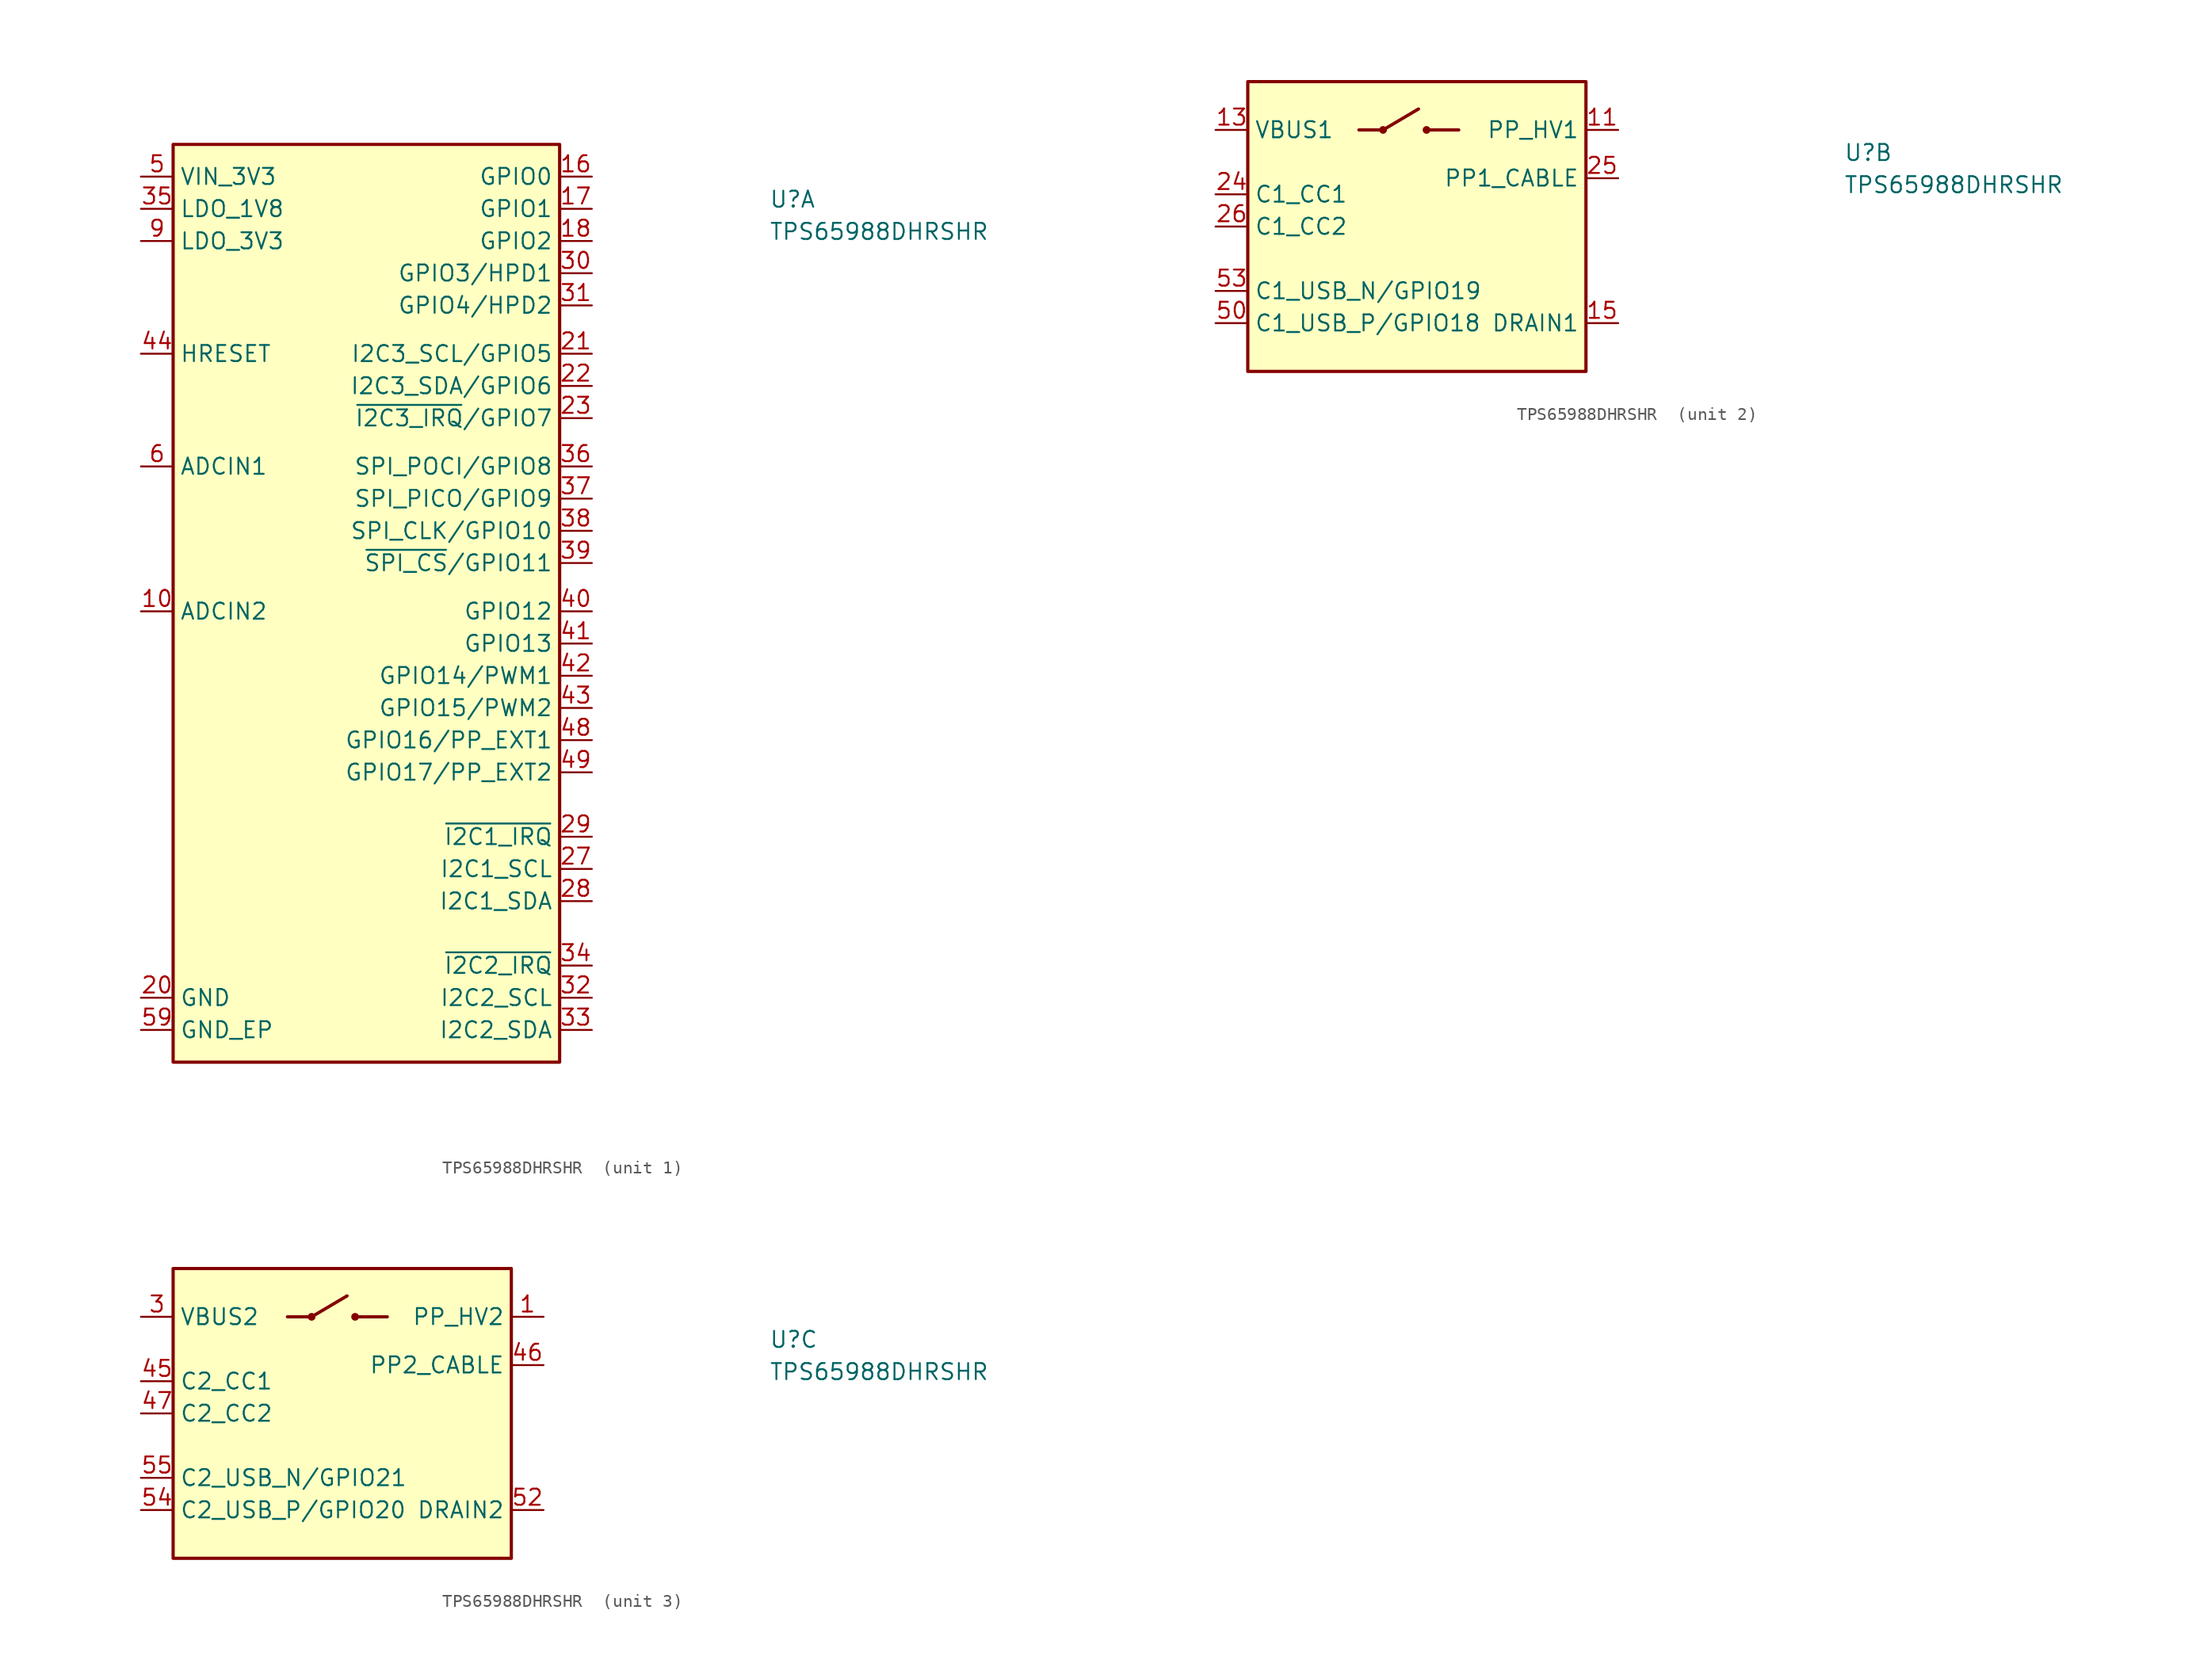
<source format=kicad_sym>
(kicad_symbol_lib
  (version 20211014)
  (generator kicad_symbol_editor)
  (symbol "TPS65988DHRSHR "
    (property "Reference" "U"
      (at 49.53 -2.54 0)
      (effects (font (size 1.27 1.27) (thickness 0.15)) (justify left bottom)))
    (property "Value" "TPS65988DHRSHR "
      (at 49.53 -5.08 0)
      (effects (font (size 1.27 1.27) (thickness 0.15)) (justify left bottom)))
    (property "ki_locked" ""
      (at 0 0 0)
      (effects (font (size 1.27 1.27))))
    (symbol "TPS65988DHRSHR _1_1"
      (rectangle (start 2.54 2.54) (end 33.02 -69.85) (stroke (width 0.254) (type default) (color 0 0 0 0)) (fill (type background)))
      (pin input line (at 0 -34.29 0) (length 2.54) (name "ADCIN2" (effects (font (size 1.27 1.27)))) (number "10" (effects (font (size 1.27 1.27)))))
      (pin bidirectional line (at 35.56 0 180) (length 2.54) (name "GPIO0" (effects (font (size 1.27 1.27)))) (number "16" (effects (font (size 1.27 1.27)))))
      (pin bidirectional line (at 35.56 -2.54 180) (length 2.54) (name "GPIO1" (effects (font (size 1.27 1.27)))) (number "17" (effects (font (size 1.27 1.27)))))
      (pin bidirectional line (at 35.56 -5.08 180) (length 2.54) (name "GPIO2" (effects (font (size 1.27 1.27)))) (number "18" (effects (font (size 1.27 1.27)))))
      (pin power_in line (at 0 -64.77 0) (length 2.54) (name "GND" (effects (font (size 1.27 1.27)))) (number "20" (effects (font (size 1.27 1.27)))))
      (pin bidirectional line (at 35.56 -13.97 180) (length 2.54) (name "I2C3_SCL/GPIO5" (effects (font (size 1.27 1.27)))) (number "21" (effects (font (size 1.27 1.27)))) (alternate "GPIO5" bidirectional line) (alternate "I2C3_SCL" bidirectional line))
      (pin bidirectional line (at 35.56 -16.51 180) (length 2.54) (name "I2C3_SDA/GPIO6" (effects (font (size 1.27 1.27)))) (number "22" (effects (font (size 1.27 1.27)))) (alternate "GPIO6" bidirectional line) (alternate "I2C3_SDA" bidirectional line))
      (pin bidirectional line (at 35.56 -19.05 180) (length 2.54) (name "~{I2C3_IRQ}/GPIO7" (effects (font (size 1.27 1.27)))) (number "23" (effects (font (size 1.27 1.27)))) (alternate "GPIO7" bidirectional line) (alternate "~{I2C3_IRQ}" bidirectional line))
      (pin bidirectional line (at 35.56 -54.61 180) (length 2.54) (name "I2C1_SCL" (effects (font (size 1.27 1.27)))) (number "27" (effects (font (size 1.27 1.27)))))
      (pin bidirectional line (at 35.56 -57.15 180) (length 2.54) (name "I2C1_SDA" (effects (font (size 1.27 1.27)))) (number "28" (effects (font (size 1.27 1.27)))))
      (pin output line (at 35.56 -52.07 180) (length 2.54) (name "~{I2C1_IRQ}" (effects (font (size 1.27 1.27)))) (number "29" (effects (font (size 1.27 1.27)))))
      (pin bidirectional line (at 35.56 -7.62 180) (length 2.54) (name "GPIO3/HPD1" (effects (font (size 1.27 1.27)))) (number "30" (effects (font (size 1.27 1.27)))) (alternate "GPIO3" bidirectional line) (alternate "HPD1" bidirectional line))
      (pin bidirectional line (at 35.56 -10.16 180) (length 2.54) (name "GPIO4/HPD2" (effects (font (size 1.27 1.27)))) (number "31" (effects (font (size 1.27 1.27)))) (alternate "GPIO4" bidirectional line) (alternate "HPD2" bidirectional line))
      (pin bidirectional line (at 35.56 -64.77 180) (length 2.54) (name "I2C2_SCL" (effects (font (size 1.27 1.27)))) (number "32" (effects (font (size 1.27 1.27)))))
      (pin bidirectional line (at 35.56 -67.31 180) (length 2.54) (name "I2C2_SDA" (effects (font (size 1.27 1.27)))) (number "33" (effects (font (size 1.27 1.27)))))
      (pin output line (at 35.56 -62.23 180) (length 2.54) (name "~{I2C2_IRQ}" (effects (font (size 1.27 1.27)))) (number "34" (effects (font (size 1.27 1.27)))))
      (pin power_out line (at 0 -2.54 0) (length 2.54) (name "LDO_1V8" (effects (font (size 1.27 1.27)))) (number "35" (effects (font (size 1.27 1.27)))))
      (pin bidirectional line (at 35.56 -22.86 180) (length 2.54) (name "SPI_POCI/GPIO8" (effects (font (size 1.27 1.27)))) (number "36" (effects (font (size 1.27 1.27)))) (alternate "GPIO8" bidirectional line) (alternate "SPI_POCI" bidirectional line))
      (pin bidirectional line (at 35.56 -25.4 180) (length 2.54) (name "SPI_PICO/GPIO9" (effects (font (size 1.27 1.27)))) (number "37" (effects (font (size 1.27 1.27)))) (alternate "GPIO9" bidirectional line) (alternate "SPI_PICO" bidirectional line))
      (pin bidirectional line (at 35.56 -27.94 180) (length 2.54) (name "SPI_CLK/GPIO10" (effects (font (size 1.27 1.27)))) (number "38" (effects (font (size 1.27 1.27)))) (alternate "GPIO10" bidirectional line) (alternate "SPI_CLK" bidirectional line))
      (pin bidirectional line (at 35.56 -30.48 180) (length 2.54) (name "~{SPI_CS}/GPIO11" (effects (font (size 1.27 1.27)))) (number "39" (effects (font (size 1.27 1.27)))) (alternate "GPIO11" bidirectional line) (alternate "~{SPI_CS}" bidirectional line))
      (pin bidirectional line (at 35.56 -34.29 180) (length 2.54) (name "GPIO12" (effects (font (size 1.27 1.27)))) (number "40" (effects (font (size 1.27 1.27)))))
      (pin bidirectional line (at 35.56 -36.83 180) (length 2.54) (name "GPIO13" (effects (font (size 1.27 1.27)))) (number "41" (effects (font (size 1.27 1.27)))))
      (pin bidirectional line (at 35.56 -39.37 180) (length 2.54) (name "GPIO14/PWM1" (effects (font (size 1.27 1.27)))) (number "42" (effects (font (size 1.27 1.27)))) (alternate "GPIO14" bidirectional line) (alternate "PWM1" output line))
      (pin bidirectional line (at 35.56 -41.91 180) (length 2.54) (name "GPIO15/PWM2" (effects (font (size 1.27 1.27)))) (number "43" (effects (font (size 1.27 1.27)))) (alternate "GPIO15" bidirectional line) (alternate "PWM2" output line))
      (pin input line (at 0 -13.97 0) (length 2.54) (name "HRESET" (effects (font (size 1.27 1.27)))) (number "44" (effects (font (size 1.27 1.27)))))
      (pin bidirectional line (at 35.56 -44.45 180) (length 2.54) (name "GPIO16/PP_EXT1" (effects (font (size 1.27 1.27)))) (number "48" (effects (font (size 1.27 1.27)))) (alternate "GPIO16" bidirectional line) (alternate "PP_EXT1" output line))
      (pin bidirectional line (at 35.56 -46.99 180) (length 2.54) (name "GPIO17/PP_EXT2" (effects (font (size 1.27 1.27)))) (number "49" (effects (font (size 1.27 1.27)))) (alternate "GPIO17" bidirectional line) (alternate "PP_EXT2" output line))
      (pin power_in line (at 0 0 0) (length 2.54) (name "VIN_3V3" (effects (font (size 1.27 1.27)))) (number "5" (effects (font (size 1.27 1.27)))))
      (pin passive line (at 0 -64.77 0) (length 2.54) hide (name "GND" (effects (font (size 1.27 1.27)))) (number "51" (effects (font (size 1.27 1.27)))))
      (pin power_in line (at 0 -67.31 0) (length 2.54) (name "GND_EP" (effects (font (size 1.27 1.27)))) (number "59" (effects (font (size 1.27 1.27)))))
      (pin input line (at 0 -22.86 0) (length 2.54) (name "ADCIN1" (effects (font (size 1.27 1.27)))) (number "6" (effects (font (size 1.27 1.27)))))
      (pin power_out line (at 0 -5.08 0) (length 2.54) (name "LDO_3V3" (effects (font (size 1.27 1.27)))) (number "9" (effects (font (size 1.27 1.27))))))
    (symbol "TPS65988DHRSHR _2_1"
      (polyline (pts (xy 11.303 0) (xy 13.208 0)) (stroke (width 0.254) (type default) (color 0 0 0 0)) (fill (type background)))
      (polyline (pts (xy 13.208 0) (xy 16.002 1.651)) (stroke (width 0.254) (type default) (color 0 0 0 0)) (fill (type background)))
      (polyline (pts (xy 19.177 0) (xy 16.637 0)) (stroke (width 0.254) (type default) (color 0 0 0 0)) (fill (type background)))
      (rectangle (start 2.54 3.81) (end 29.21 -19.05) (stroke (width 0.254) (type default) (color 0 0 0 0)) (fill (type background)))
      (circle (center 13.208 0) (radius 0.18) (stroke (width 0.254) (type default) (color 0 0 0 0)) (fill (type background)))
      (circle (center 16.637 0) (radius 0.18) (stroke (width 0.254) (type default) (color 0 0 0 0)) (fill (type background)))
      (pin bidirectional line (at 31.75 0 180) (length 2.54) (name "PP_HV1" (effects (font (size 1.27 1.27)))) (number "11" (effects (font (size 1.27 1.27)))))
      (pin bidirectional line (at 0 0 0) (length 2.54) (name "VBUS1" (effects (font (size 1.27 1.27)))) (number "13" (effects (font (size 1.27 1.27)))))
      (pin passive line (at 31.75 -15.24 180) (length 2.54) (name "DRAIN1" (effects (font (size 1.27 1.27)))) (number "15" (effects (font (size 1.27 1.27)))))
      (pin passive line (at 31.75 -15.24 180) (length 2.54) hide (name "DRAIN1" (effects (font (size 1.27 1.27)))) (number "19" (effects (font (size 1.27 1.27)))))
      (pin bidirectional line (at 0 -5.08 0) (length 2.54) (name "C1_CC1" (effects (font (size 1.27 1.27)))) (number "24" (effects (font (size 1.27 1.27)))))
      (pin power_in line (at 31.75 -3.81 180) (length 2.54) (name "PP1_CABLE" (effects (font (size 1.27 1.27)))) (number "25" (effects (font (size 1.27 1.27)))))
      (pin bidirectional line (at 0 -7.62 0) (length 2.54) (name "C1_CC2" (effects (font (size 1.27 1.27)))) (number "26" (effects (font (size 1.27 1.27)))))
      (pin bidirectional line (at 0 -15.24 0) (length 2.54) (name "C1_USB_P/GPIO18" (effects (font (size 1.27 1.27)))) (number "50" (effects (font (size 1.27 1.27)))) (alternate "C1_USB_P" bidirectional line) (alternate "GPIO18" bidirectional line))
      (pin bidirectional line (at 0 -12.7 0) (length 2.54) (name "C1_USB_N/GPIO19" (effects (font (size 1.27 1.27)))) (number "53" (effects (font (size 1.27 1.27)))) (alternate "C1_USB_N" bidirectional line) (alternate "GPIO19" bidirectional line))
      (pin passive line (at 31.75 -15.24 180) (length 2.54) hide (name "DRAIN1" (effects (font (size 1.27 1.27)))) (number "58" (effects (font (size 1.27 1.27)))))
      (pin passive line (at 31.75 -15.24 180) (length 2.54) hide (name "DRAIN1" (effects (font (size 1.27 1.27)))) (number "8" (effects (font (size 1.27 1.27))))))
    (symbol "TPS65988DHRSHR _3_1"
      (polyline (pts (xy 11.557 0) (xy 13.462 0)) (stroke (width 0.254) (type default) (color 0 0 0 0)) (fill (type background)))
      (polyline (pts (xy 13.462 0) (xy 16.256 1.651)) (stroke (width 0.254) (type default) (color 0 0 0 0)) (fill (type background)))
      (polyline (pts (xy 19.431 0) (xy 16.891 0)) (stroke (width 0.254) (type default) (color 0 0 0 0)) (fill (type background)))
      (rectangle (start 2.54 3.81) (end 29.21 -19.05) (stroke (width 0.254) (type default) (color 0 0 0 0)) (fill (type background)))
      (circle (center 13.462 0) (radius 0.18) (stroke (width 0.254) (type default) (color 0 0 0 0)) (fill (type background)))
      (circle (center 16.891 0) (radius 0.18) (stroke (width 0.254) (type default) (color 0 0 0 0)) (fill (type background)))
      (pin bidirectional line (at 31.75 0 180) (length 2.54) (name "PP_HV2" (effects (font (size 1.27 1.27)))) (number "1" (effects (font (size 1.27 1.27)))))
      (pin bidirectional line (at 0 0 0) (length 2.54) (name "VBUS2" (effects (font (size 1.27 1.27)))) (number "3" (effects (font (size 1.27 1.27)))))
      (pin bidirectional line (at 0 -5.08 0) (length 2.54) (name "C2_CC1" (effects (font (size 1.27 1.27)))) (number "45" (effects (font (size 1.27 1.27)))))
      (pin power_in line (at 31.75 -3.81 180) (length 2.54) (name "PP2_CABLE" (effects (font (size 1.27 1.27)))) (number "46" (effects (font (size 1.27 1.27)))))
      (pin bidirectional line (at 0 -7.62 0) (length 2.54) (name "C2_CC2" (effects (font (size 1.27 1.27)))) (number "47" (effects (font (size 1.27 1.27)))))
      (pin passive line (at 31.75 -15.24 180) (length 2.54) (name "DRAIN2" (effects (font (size 1.27 1.27)))) (number "52" (effects (font (size 1.27 1.27)))))
      (pin bidirectional line (at 0 -15.24 0) (length 2.54) (name "C2_USB_P/GPIO20" (effects (font (size 1.27 1.27)))) (number "54" (effects (font (size 1.27 1.27)))) (alternate "C2_USB_P" bidirectional line) (alternate "GPIO20" bidirectional line))
      (pin bidirectional line (at 0 -12.7 0) (length 2.54) (name "C2_USB_N/GPIO21" (effects (font (size 1.27 1.27)))) (number "55" (effects (font (size 1.27 1.27)))) (alternate "C2_USB_N" bidirectional line) (alternate "GPIO21" bidirectional line))
      (pin passive line (at 31.75 -15.24 180) (length 2.54) hide (name "DRAIN2" (effects (font (size 1.27 1.27)))) (number "56" (effects (font (size 1.27 1.27)))))
      (pin passive line (at 31.75 -15.24 180) (length 2.54) hide (name "DRAIN2" (effects (font (size 1.27 1.27)))) (number "57" (effects (font (size 1.27 1.27)))))
      (pin passive line (at 31.75 -15.24 180) (length 2.54) hide (name "DRAIN2" (effects (font (size 1.27 1.27)))) (number "7" (effects (font (size 1.27 1.27))))))))
</source>
